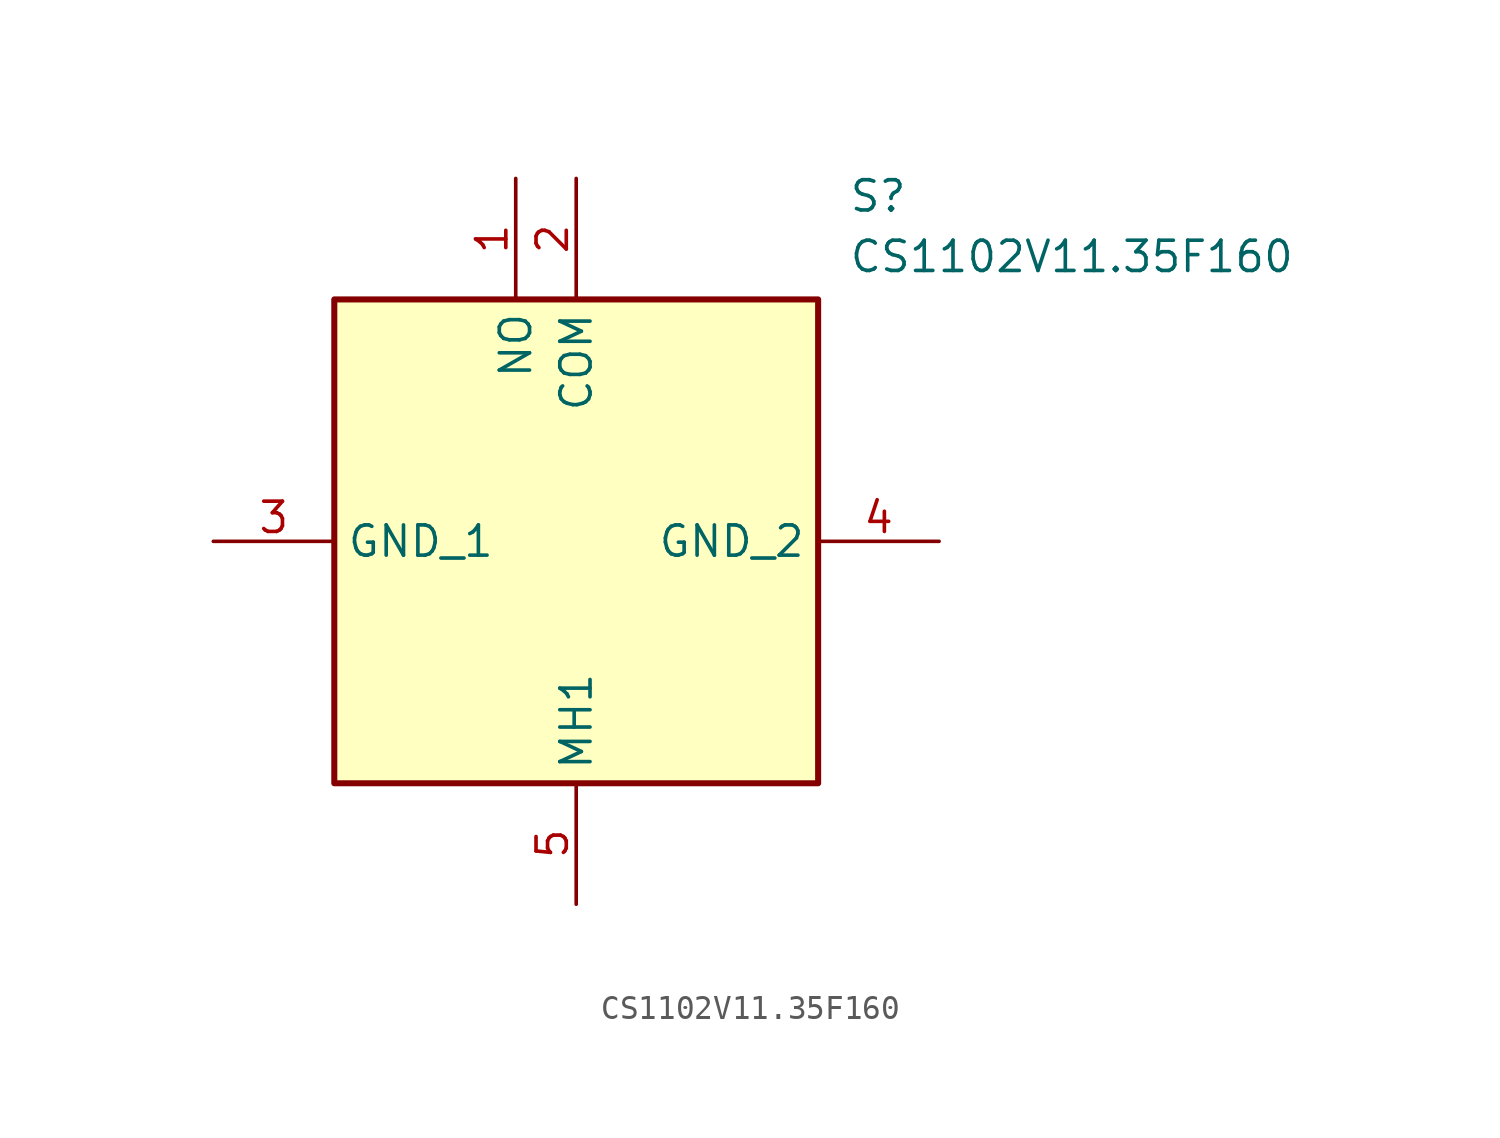
<source format=kicad_sym>
(kicad_symbol_lib
  (version 20211014)
  (generator SamacSys_ECAD_Model)
  (symbol "CS1102V11.35F160"
    (property "Reference" "S"
      (at 26.67 15.24 0)
      (effects (font (size 1.27 1.27)) (justify left top)))
    (property "Value" "CS1102V11.35F160"
      (at 26.67 12.7 0)
      (effects (font (size 1.27 1.27)) (justify left top)))
    (rectangle
      (start 5.08 10.16)
      (end 25.4 -10.16)
      (stroke (width 0.254) (type default))
      (fill (type background)))
    (pin passive line
      (at 12.7 15.24 270)
      (length 5.08)
      (name "NO" (effects (font (size 1.27 1.27))))
      (number "1" (effects (font (size 1.27 1.27)))))
    (pin passive line
      (at 15.24 15.24 270)
      (length 5.08)
      (name "COM" (effects (font (size 1.27 1.27))))
      (number "2" (effects (font (size 1.27 1.27)))))
    (pin passive line
      (at 0 0 0)
      (length 5.08)
      (name "GND_1" (effects (font (size 1.27 1.27))))
      (number "3" (effects (font (size 1.27 1.27)))))
    (pin passive line
      (at 30.48 0 180)
      (length 5.08)
      (name "GND_2" (effects (font (size 1.27 1.27))))
      (number "4" (effects (font (size 1.27 1.27)))))
    (pin passive line
      (at 15.24 -15.24 90)
      (length 5.08)
      (name "MH1" (effects (font (size 1.27 1.27))))
      (number "5" (effects (font (size 1.27 1.27)))))))
</source>
